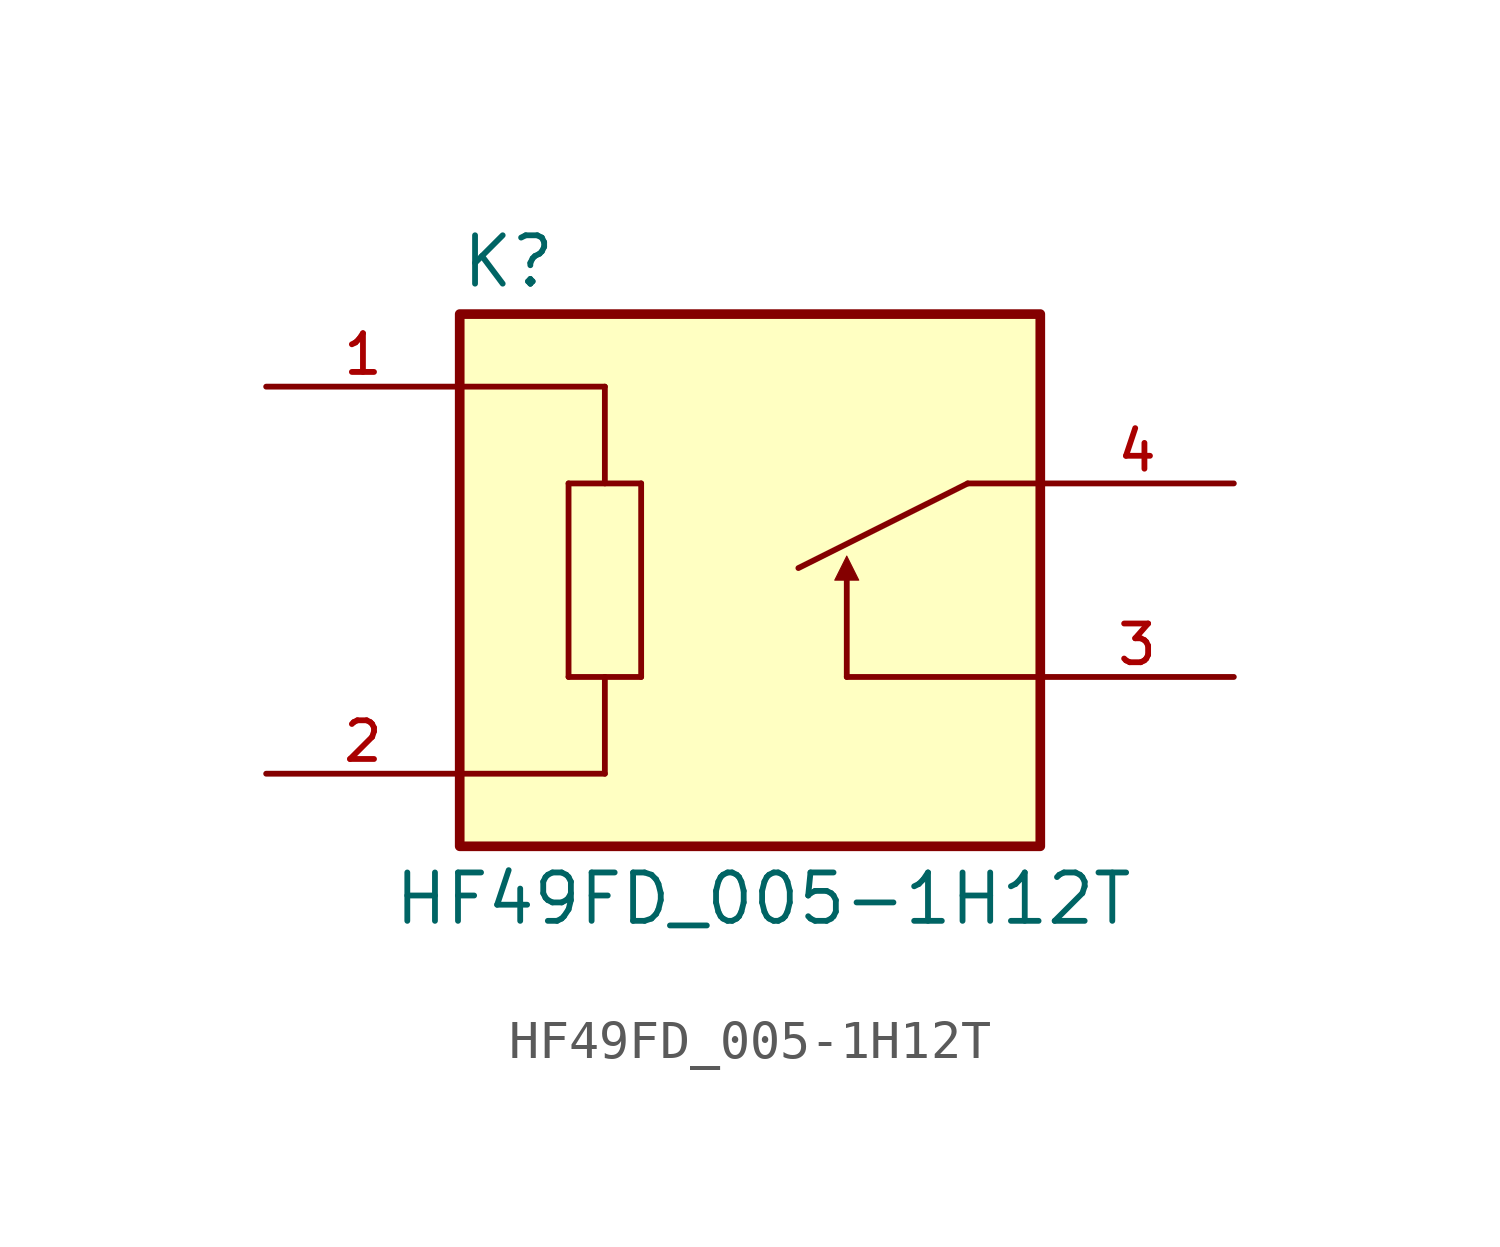
<source format=kicad_sym>
(kicad_symbol_lib
  (version 20231120)
  (generator "kicad_symbol_editor")
  (generator_version "8.0")
  (symbol "HF49FD_005-1H12T"
    (pin_names
      (offset 1.016))
    (property "Reference" "K"
      (at -7.62 7.62 0)
      (effects (font (size 1.27 1.27)) (justify left bottom)))
    (property "Value" "HF49FD_005-1H12T"
      (at -9.398 -7.62 0)
      (effects (font (size 1.27 1.27)) (justify left top)))
    (symbol "HF49FD_005-1H12T_0_0"
      (rectangle (start -7.62 -6.985) (end 7.62 6.985) (stroke (width 0.254) (type default)) (fill (type background)))
      (polyline (pts (xy -7.62 -5.08) (xy -3.81 -5.08)) (stroke (width 0.152) (type default)) (fill (type none)))
      (polyline (pts (xy -7.62 5.08) (xy -3.81 5.08)) (stroke (width 0.152) (type default)) (fill (type none)))
      (polyline (pts (xy -4.763 -2.54) (xy -4.763 2.54)) (stroke (width 0.152) (type default)) (fill (type none)))
      (polyline (pts (xy -4.763 2.54) (xy -2.857 2.54)) (stroke (width 0.152) (type default)) (fill (type none)))
      (polyline (pts (xy -3.81 -5.08) (xy -3.81 -2.54)) (stroke (width 0.152) (type default)) (fill (type none)))
      (polyline (pts (xy -3.81 -2.54) (xy -4.763 -2.54)) (stroke (width 0.152) (type default)) (fill (type none)))
      (polyline (pts (xy -3.81 5.08) (xy -3.81 2.54)) (stroke (width 0.152) (type default)) (fill (type none)))
      (polyline (pts (xy -2.857 -2.54) (xy -3.81 -2.54)) (stroke (width 0.152) (type default)) (fill (type none)))
      (polyline (pts (xy -2.857 2.54) (xy -2.857 -2.54)) (stroke (width 0.152) (type default)) (fill (type none)))
      (polyline (pts (xy 2.54 -2.54) (xy 2.54 0)) (stroke (width 0.152) (type default)) (fill (type none)))
      (polyline (pts (xy 5.715 2.54) (xy 1.27 0.318)) (stroke (width 0.152) (type default)) (fill (type none)))
      (polyline (pts (xy 7.62 -2.54) (xy 2.54 -2.54)) (stroke (width 0.152) (type default)) (fill (type none)))
      (polyline (pts (xy 7.62 2.54) (xy 5.715 2.54)) (stroke (width 0.152) (type default)) (fill (type none)))
      (polyline (pts (xy 2.223 0) (xy 2.857 0) (xy 2.54 0.635) (xy 2.223 0)) (stroke (width 0.025) (type default)) (fill (type outline)))
      (pin passive line (at -12.7 5.08 0) (length 5.08) (name "~" (effects (font (size 1.016 1.016)))) (number "1" (effects (font (size 1.016 1.016)))))
      (pin passive line (at -12.7 -5.08 0) (length 5.08) (name "~" (effects (font (size 1.016 1.016)))) (number "2" (effects (font (size 1.016 1.016)))))
      (pin passive line (at 12.7 -2.54 180) (length 5.08) (name "~" (effects (font (size 1.016 1.016)))) (number "3" (effects (font (size 1.016 1.016)))))
      (pin passive line (at 12.7 2.54 180) (length 5.08) (name "~" (effects (font (size 1.016 1.016)))) (number "4" (effects (font (size 1.016 1.016))))))))
</source>
